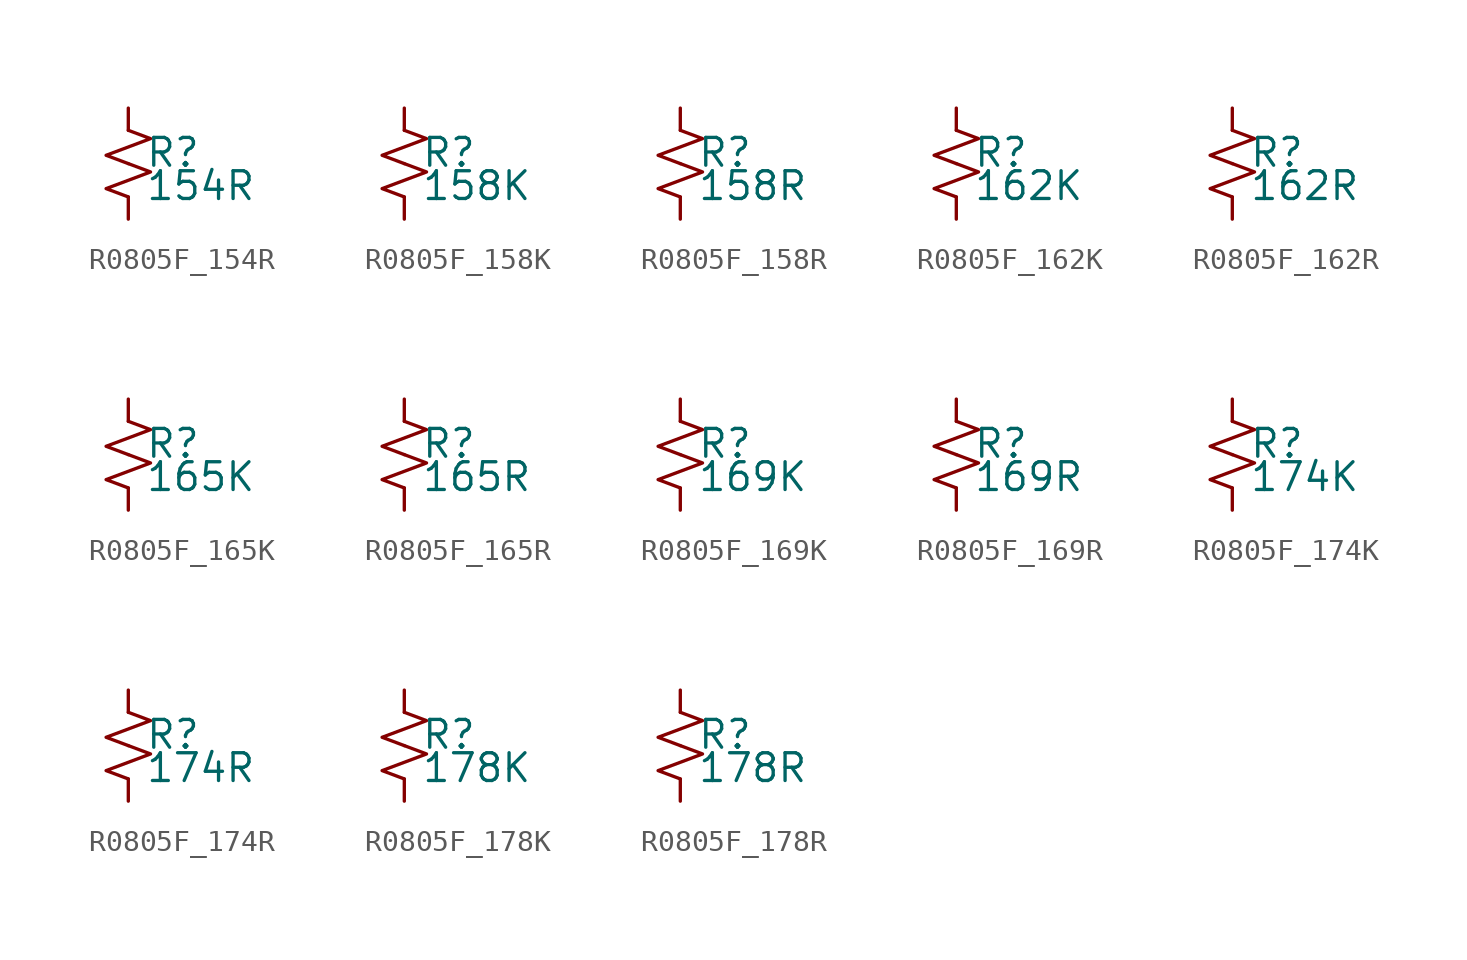
<source format=kicad_sym>
(kicad_symbol_lib
  (version 20220914)
  (generator kicad_symbol_editor)
  (symbol "R0805F_154R"
    (pin_numbers hide)
    (pin_names
      (offset 0.254) hide)
    (property "Reference" "R"
      (at 0.762 0.508 0)
      (effects (font (size 1.27 1.27)) (justify left)))
    (property "Value" "154R"
      (at 0.762 -1.016 0)
      (effects (font (size 1.27 1.27)) (justify left)))
    (symbol "R0805F_154R_1_1"
      (polyline (pts (xy 0 0) (xy 1.016 -0.381) (xy 0 -0.762) (xy -1.016 -1.143) (xy 0 -1.524)) (stroke (width 0) (type default)) (fill (type none)))
      (polyline (pts (xy 0 1.524) (xy 1.016 1.143) (xy 0 0.762) (xy -1.016 0.381) (xy 0 0)) (stroke (width 0) (type default)) (fill (type none)))
      (pin passive line (at 0 2.54 270) (length 1.016) (name "~" (effects (font (size 1.27 1.27)))) (number "1" (effects (font (size 1.27 1.27)))))
      (pin passive line (at 0 -2.54 90) (length 1.016) (name "~" (effects (font (size 1.27 1.27)))) (number "2" (effects (font (size 1.27 1.27)))))))
  (symbol "R0805F_158K"
    (pin_numbers hide)
    (pin_names
      (offset 0.254) hide)
    (property "Reference" "R"
      (at 0.762 0.508 0)
      (effects (font (size 1.27 1.27)) (justify left)))
    (property "Value" "158K"
      (at 0.762 -1.016 0)
      (effects (font (size 1.27 1.27)) (justify left)))
    (symbol "R0805F_158K_1_1"
      (polyline (pts (xy 0 0) (xy 1.016 -0.381) (xy 0 -0.762) (xy -1.016 -1.143) (xy 0 -1.524)) (stroke (width 0) (type default)) (fill (type none)))
      (polyline (pts (xy 0 1.524) (xy 1.016 1.143) (xy 0 0.762) (xy -1.016 0.381) (xy 0 0)) (stroke (width 0) (type default)) (fill (type none)))
      (pin passive line (at 0 2.54 270) (length 1.016) (name "~" (effects (font (size 1.27 1.27)))) (number "1" (effects (font (size 1.27 1.27)))))
      (pin passive line (at 0 -2.54 90) (length 1.016) (name "~" (effects (font (size 1.27 1.27)))) (number "2" (effects (font (size 1.27 1.27)))))))
  (symbol "R0805F_158R"
    (pin_numbers hide)
    (pin_names
      (offset 0.254) hide)
    (property "Reference" "R"
      (at 0.762 0.508 0)
      (effects (font (size 1.27 1.27)) (justify left)))
    (property "Value" "158R"
      (at 0.762 -1.016 0)
      (effects (font (size 1.27 1.27)) (justify left)))
    (symbol "R0805F_158R_1_1"
      (polyline (pts (xy 0 0) (xy 1.016 -0.381) (xy 0 -0.762) (xy -1.016 -1.143) (xy 0 -1.524)) (stroke (width 0) (type default)) (fill (type none)))
      (polyline (pts (xy 0 1.524) (xy 1.016 1.143) (xy 0 0.762) (xy -1.016 0.381) (xy 0 0)) (stroke (width 0) (type default)) (fill (type none)))
      (pin passive line (at 0 2.54 270) (length 1.016) (name "~" (effects (font (size 1.27 1.27)))) (number "1" (effects (font (size 1.27 1.27)))))
      (pin passive line (at 0 -2.54 90) (length 1.016) (name "~" (effects (font (size 1.27 1.27)))) (number "2" (effects (font (size 1.27 1.27)))))))
  (symbol "R0805F_162K"
    (pin_numbers hide)
    (pin_names
      (offset 0.254) hide)
    (property "Reference" "R"
      (at 0.762 0.508 0)
      (effects (font (size 1.27 1.27)) (justify left)))
    (property "Value" "162K"
      (at 0.762 -1.016 0)
      (effects (font (size 1.27 1.27)) (justify left)))
    (symbol "R0805F_162K_1_1"
      (polyline (pts (xy 0 0) (xy 1.016 -0.381) (xy 0 -0.762) (xy -1.016 -1.143) (xy 0 -1.524)) (stroke (width 0) (type default)) (fill (type none)))
      (polyline (pts (xy 0 1.524) (xy 1.016 1.143) (xy 0 0.762) (xy -1.016 0.381) (xy 0 0)) (stroke (width 0) (type default)) (fill (type none)))
      (pin passive line (at 0 2.54 270) (length 1.016) (name "~" (effects (font (size 1.27 1.27)))) (number "1" (effects (font (size 1.27 1.27)))))
      (pin passive line (at 0 -2.54 90) (length 1.016) (name "~" (effects (font (size 1.27 1.27)))) (number "2" (effects (font (size 1.27 1.27)))))))
  (symbol "R0805F_162R"
    (pin_numbers hide)
    (pin_names
      (offset 0.254) hide)
    (property "Reference" "R"
      (at 0.762 0.508 0)
      (effects (font (size 1.27 1.27)) (justify left)))
    (property "Value" "162R"
      (at 0.762 -1.016 0)
      (effects (font (size 1.27 1.27)) (justify left)))
    (symbol "R0805F_162R_1_1"
      (polyline (pts (xy 0 0) (xy 1.016 -0.381) (xy 0 -0.762) (xy -1.016 -1.143) (xy 0 -1.524)) (stroke (width 0) (type default)) (fill (type none)))
      (polyline (pts (xy 0 1.524) (xy 1.016 1.143) (xy 0 0.762) (xy -1.016 0.381) (xy 0 0)) (stroke (width 0) (type default)) (fill (type none)))
      (pin passive line (at 0 2.54 270) (length 1.016) (name "~" (effects (font (size 1.27 1.27)))) (number "1" (effects (font (size 1.27 1.27)))))
      (pin passive line (at 0 -2.54 90) (length 1.016) (name "~" (effects (font (size 1.27 1.27)))) (number "2" (effects (font (size 1.27 1.27)))))))
  (symbol "R0805F_165K"
    (pin_numbers hide)
    (pin_names
      (offset 0.254) hide)
    (property "Reference" "R"
      (at 0.762 0.508 0)
      (effects (font (size 1.27 1.27)) (justify left)))
    (property "Value" "165K"
      (at 0.762 -1.016 0)
      (effects (font (size 1.27 1.27)) (justify left)))
    (symbol "R0805F_165K_1_1"
      (polyline (pts (xy 0 0) (xy 1.016 -0.381) (xy 0 -0.762) (xy -1.016 -1.143) (xy 0 -1.524)) (stroke (width 0) (type default)) (fill (type none)))
      (polyline (pts (xy 0 1.524) (xy 1.016 1.143) (xy 0 0.762) (xy -1.016 0.381) (xy 0 0)) (stroke (width 0) (type default)) (fill (type none)))
      (pin passive line (at 0 2.54 270) (length 1.016) (name "~" (effects (font (size 1.27 1.27)))) (number "1" (effects (font (size 1.27 1.27)))))
      (pin passive line (at 0 -2.54 90) (length 1.016) (name "~" (effects (font (size 1.27 1.27)))) (number "2" (effects (font (size 1.27 1.27)))))))
  (symbol "R0805F_165R"
    (pin_numbers hide)
    (pin_names
      (offset 0.254) hide)
    (property "Reference" "R"
      (at 0.762 0.508 0)
      (effects (font (size 1.27 1.27)) (justify left)))
    (property "Value" "165R"
      (at 0.762 -1.016 0)
      (effects (font (size 1.27 1.27)) (justify left)))
    (symbol "R0805F_165R_1_1"
      (polyline (pts (xy 0 0) (xy 1.016 -0.381) (xy 0 -0.762) (xy -1.016 -1.143) (xy 0 -1.524)) (stroke (width 0) (type default)) (fill (type none)))
      (polyline (pts (xy 0 1.524) (xy 1.016 1.143) (xy 0 0.762) (xy -1.016 0.381) (xy 0 0)) (stroke (width 0) (type default)) (fill (type none)))
      (pin passive line (at 0 2.54 270) (length 1.016) (name "~" (effects (font (size 1.27 1.27)))) (number "1" (effects (font (size 1.27 1.27)))))
      (pin passive line (at 0 -2.54 90) (length 1.016) (name "~" (effects (font (size 1.27 1.27)))) (number "2" (effects (font (size 1.27 1.27)))))))
  (symbol "R0805F_169K"
    (pin_numbers hide)
    (pin_names
      (offset 0.254) hide)
    (property "Reference" "R"
      (at 0.762 0.508 0)
      (effects (font (size 1.27 1.27)) (justify left)))
    (property "Value" "169K"
      (at 0.762 -1.016 0)
      (effects (font (size 1.27 1.27)) (justify left)))
    (symbol "R0805F_169K_1_1"
      (polyline (pts (xy 0 0) (xy 1.016 -0.381) (xy 0 -0.762) (xy -1.016 -1.143) (xy 0 -1.524)) (stroke (width 0) (type default)) (fill (type none)))
      (polyline (pts (xy 0 1.524) (xy 1.016 1.143) (xy 0 0.762) (xy -1.016 0.381) (xy 0 0)) (stroke (width 0) (type default)) (fill (type none)))
      (pin passive line (at 0 2.54 270) (length 1.016) (name "~" (effects (font (size 1.27 1.27)))) (number "1" (effects (font (size 1.27 1.27)))))
      (pin passive line (at 0 -2.54 90) (length 1.016) (name "~" (effects (font (size 1.27 1.27)))) (number "2" (effects (font (size 1.27 1.27)))))))
  (symbol "R0805F_169R"
    (pin_numbers hide)
    (pin_names
      (offset 0.254) hide)
    (property "Reference" "R"
      (at 0.762 0.508 0)
      (effects (font (size 1.27 1.27)) (justify left)))
    (property "Value" "169R"
      (at 0.762 -1.016 0)
      (effects (font (size 1.27 1.27)) (justify left)))
    (symbol "R0805F_169R_1_1"
      (polyline (pts (xy 0 0) (xy 1.016 -0.381) (xy 0 -0.762) (xy -1.016 -1.143) (xy 0 -1.524)) (stroke (width 0) (type default)) (fill (type none)))
      (polyline (pts (xy 0 1.524) (xy 1.016 1.143) (xy 0 0.762) (xy -1.016 0.381) (xy 0 0)) (stroke (width 0) (type default)) (fill (type none)))
      (pin passive line (at 0 2.54 270) (length 1.016) (name "~" (effects (font (size 1.27 1.27)))) (number "1" (effects (font (size 1.27 1.27)))))
      (pin passive line (at 0 -2.54 90) (length 1.016) (name "~" (effects (font (size 1.27 1.27)))) (number "2" (effects (font (size 1.27 1.27)))))))
  (symbol "R0805F_174K"
    (pin_numbers hide)
    (pin_names
      (offset 0.254) hide)
    (property "Reference" "R"
      (at 0.762 0.508 0)
      (effects (font (size 1.27 1.27)) (justify left)))
    (property "Value" "174K"
      (at 0.762 -1.016 0)
      (effects (font (size 1.27 1.27)) (justify left)))
    (symbol "R0805F_174K_1_1"
      (polyline (pts (xy 0 0) (xy 1.016 -0.381) (xy 0 -0.762) (xy -1.016 -1.143) (xy 0 -1.524)) (stroke (width 0) (type default)) (fill (type none)))
      (polyline (pts (xy 0 1.524) (xy 1.016 1.143) (xy 0 0.762) (xy -1.016 0.381) (xy 0 0)) (stroke (width 0) (type default)) (fill (type none)))
      (pin passive line (at 0 2.54 270) (length 1.016) (name "~" (effects (font (size 1.27 1.27)))) (number "1" (effects (font (size 1.27 1.27)))))
      (pin passive line (at 0 -2.54 90) (length 1.016) (name "~" (effects (font (size 1.27 1.27)))) (number "2" (effects (font (size 1.27 1.27)))))))
  (symbol "R0805F_174R"
    (pin_numbers hide)
    (pin_names
      (offset 0.254) hide)
    (property "Reference" "R"
      (at 0.762 0.508 0)
      (effects (font (size 1.27 1.27)) (justify left)))
    (property "Value" "174R"
      (at 0.762 -1.016 0)
      (effects (font (size 1.27 1.27)) (justify left)))
    (symbol "R0805F_174R_1_1"
      (polyline (pts (xy 0 0) (xy 1.016 -0.381) (xy 0 -0.762) (xy -1.016 -1.143) (xy 0 -1.524)) (stroke (width 0) (type default)) (fill (type none)))
      (polyline (pts (xy 0 1.524) (xy 1.016 1.143) (xy 0 0.762) (xy -1.016 0.381) (xy 0 0)) (stroke (width 0) (type default)) (fill (type none)))
      (pin passive line (at 0 2.54 270) (length 1.016) (name "~" (effects (font (size 1.27 1.27)))) (number "1" (effects (font (size 1.27 1.27)))))
      (pin passive line (at 0 -2.54 90) (length 1.016) (name "~" (effects (font (size 1.27 1.27)))) (number "2" (effects (font (size 1.27 1.27)))))))
  (symbol "R0805F_178K"
    (pin_numbers hide)
    (pin_names
      (offset 0.254) hide)
    (property "Reference" "R"
      (at 0.762 0.508 0)
      (effects (font (size 1.27 1.27)) (justify left)))
    (property "Value" "178K"
      (at 0.762 -1.016 0)
      (effects (font (size 1.27 1.27)) (justify left)))
    (symbol "R0805F_178K_1_1"
      (polyline (pts (xy 0 0) (xy 1.016 -0.381) (xy 0 -0.762) (xy -1.016 -1.143) (xy 0 -1.524)) (stroke (width 0) (type default)) (fill (type none)))
      (polyline (pts (xy 0 1.524) (xy 1.016 1.143) (xy 0 0.762) (xy -1.016 0.381) (xy 0 0)) (stroke (width 0) (type default)) (fill (type none)))
      (pin passive line (at 0 2.54 270) (length 1.016) (name "~" (effects (font (size 1.27 1.27)))) (number "1" (effects (font (size 1.27 1.27)))))
      (pin passive line (at 0 -2.54 90) (length 1.016) (name "~" (effects (font (size 1.27 1.27)))) (number "2" (effects (font (size 1.27 1.27)))))))
  (symbol "R0805F_178R"
    (pin_numbers hide)
    (pin_names
      (offset 0.254) hide)
    (property "Reference" "R"
      (at 0.762 0.508 0)
      (effects (font (size 1.27 1.27)) (justify left)))
    (property "Value" "178R"
      (at 0.762 -1.016 0)
      (effects (font (size 1.27 1.27)) (justify left)))
    (symbol "R0805F_178R_1_1"
      (polyline (pts (xy 0 0) (xy 1.016 -0.381) (xy 0 -0.762) (xy -1.016 -1.143) (xy 0 -1.524)) (stroke (width 0) (type default)) (fill (type none)))
      (polyline (pts (xy 0 1.524) (xy 1.016 1.143) (xy 0 0.762) (xy -1.016 0.381) (xy 0 0)) (stroke (width 0) (type default)) (fill (type none)))
      (pin passive line (at 0 2.54 270) (length 1.016) (name "~" (effects (font (size 1.27 1.27)))) (number "1" (effects (font (size 1.27 1.27)))))
      (pin passive line (at 0 -2.54 90) (length 1.016) (name "~" (effects (font (size 1.27 1.27)))) (number "2" (effects (font (size 1.27 1.27))))))))
</source>
